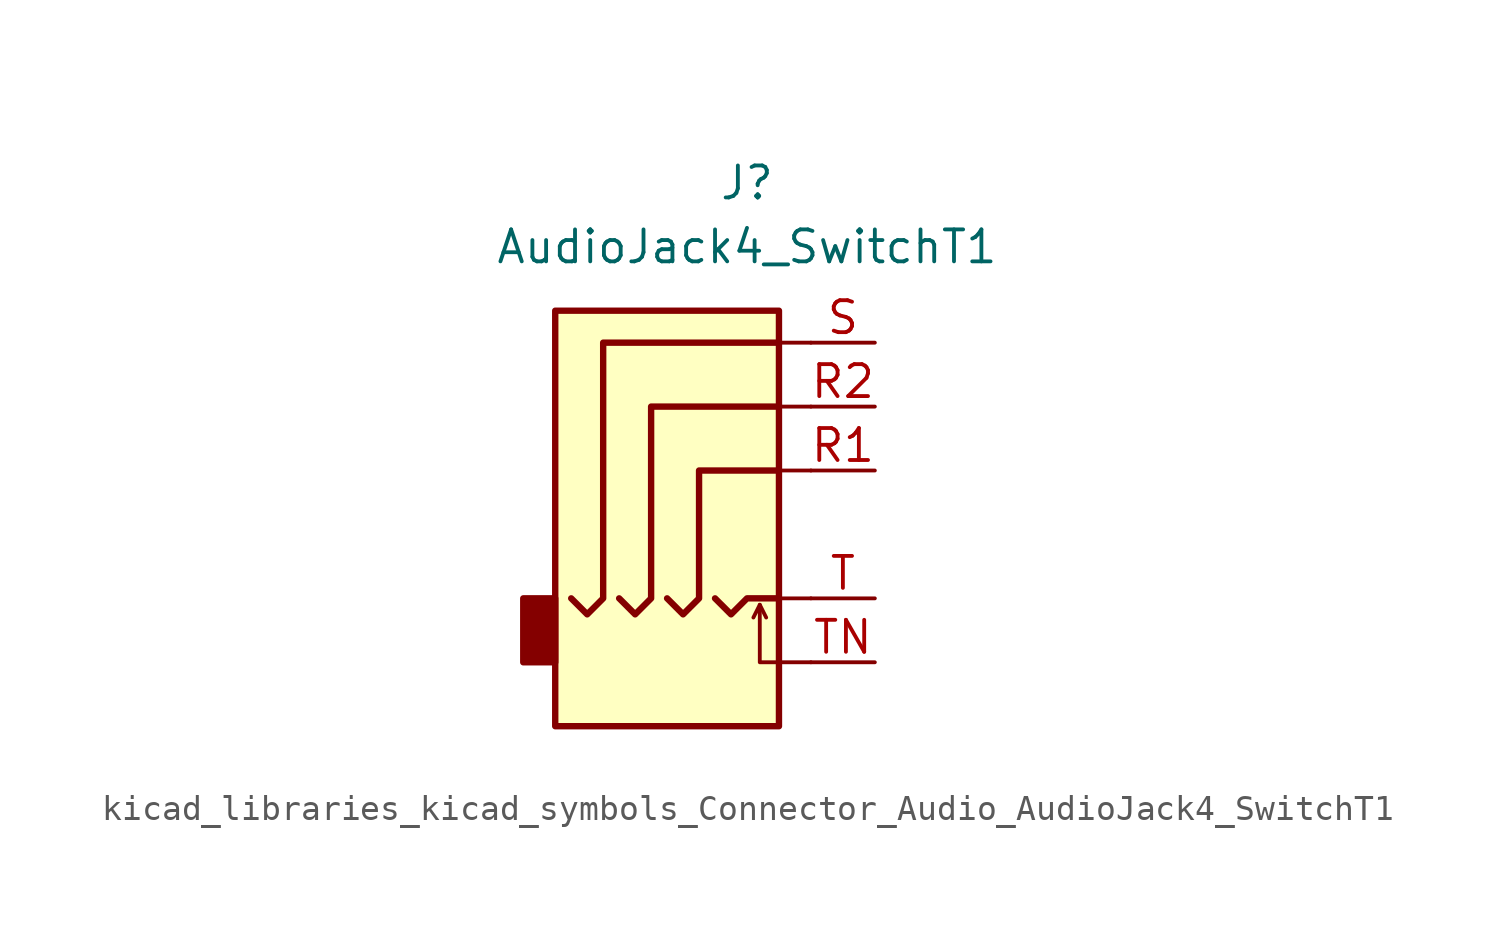
<source format=kicad_sym>
(kicad_symbol_lib
  (version 20220914)
  (generator kicad_symbol_editor)
  (symbol "kicad_libraries_kicad_symbols_Connector_Audio_AudioJack4_SwitchT1"
    (property "Reference" "J"
      (at 0 11.43 0)
      (effects (font (size 1.27 1.27))))
    (property "Value" "AudioJack4_SwitchT1"
      (at 0 8.89 0)
      (effects (font (size 1.27 1.27))))
    (symbol "kicad_libraries_kicad_symbols_Connector_Audio_AudioJack4_SwitchT1_0_1"
      (rectangle (start -7.62 -5.08) (end -8.89 -7.62) (stroke (width 0.254) (type default)) (fill (type outline)))
      (polyline (pts (xy 1.27 -5.08) (xy 2.54 -5.08)) (stroke (width 0) (type default)) (fill (type none)))
      (polyline (pts (xy 1.27 2.54) (xy 2.54 2.54)) (stroke (width 0) (type default)) (fill (type none)))
      (polyline (pts (xy 2.54 0) (xy 1.27 0)) (stroke (width 0) (type default)) (fill (type none)))
      (polyline (pts (xy 2.54 5.08) (xy 1.27 5.08)) (stroke (width 0) (type default)) (fill (type none)))
      (rectangle (start 1.27 6.35) (end -7.62 -10.16) (stroke (width 0.254) (type default)) (fill (type background))))
    (symbol "kicad_libraries_kicad_symbols_Connector_Audio_AudioJack4_SwitchT1_1_1"
      (polyline (pts (xy 0.508 -5.334) (xy 0.762 -5.842)) (stroke (width 0) (type default)) (fill (type none)))
      (polyline (pts (xy -1.27 -5.08) (xy -0.635 -5.715) (xy 0 -5.08) (xy 1.27 -5.08)) (stroke (width 0.254) (type default)) (fill (type none)))
      (polyline (pts (xy 2.54 -7.62) (xy 0.508 -7.62) (xy 0.508 -5.334) (xy 0.254 -5.842)) (stroke (width 0) (type default)) (fill (type none)))
      (polyline (pts (xy -3.175 -5.08) (xy -2.54 -5.715) (xy -1.905 -5.08) (xy -1.905 0) (xy 1.27 0)) (stroke (width 0.254) (type default)) (fill (type none)))
      (polyline (pts (xy 1.27 2.54) (xy -3.81 2.54) (xy -3.81 -5.08) (xy -4.445 -5.715) (xy -5.08 -5.08)) (stroke (width 0.254) (type default)) (fill (type none)))
      (polyline (pts (xy 1.27 5.08) (xy -5.715 5.08) (xy -5.715 -5.08) (xy -6.35 -5.715) (xy -6.985 -5.08)) (stroke (width 0.254) (type default)) (fill (type none)))
      (pin passive line (at 5.08 0 180) (length 2.54) (name "~" (effects (font (size 1.27 1.27)))) (number "R1" (effects (font (size 1.27 1.27)))))
      (pin passive line (at 5.08 2.54 180) (length 2.54) (name "~" (effects (font (size 1.27 1.27)))) (number "R2" (effects (font (size 1.27 1.27)))))
      (pin passive line (at 5.08 5.08 180) (length 2.54) (name "~" (effects (font (size 1.27 1.27)))) (number "S" (effects (font (size 1.27 1.27)))))
      (pin passive line (at 5.08 -5.08 180) (length 2.54) (name "~" (effects (font (size 1.27 1.27)))) (number "T" (effects (font (size 1.27 1.27)))))
      (pin passive line (at 5.08 -7.62 180) (length 2.54) (name "~" (effects (font (size 1.27 1.27)))) (number "TN" (effects (font (size 1.27 1.27))))))))
</source>
